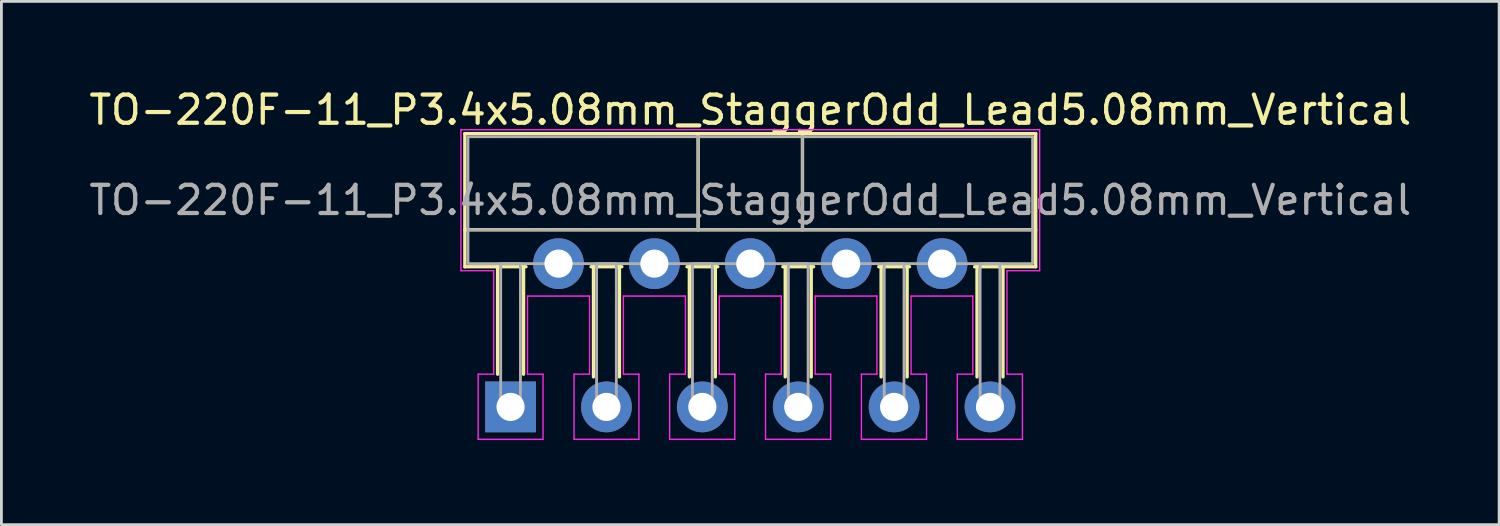
<source format=kicad_pcb>
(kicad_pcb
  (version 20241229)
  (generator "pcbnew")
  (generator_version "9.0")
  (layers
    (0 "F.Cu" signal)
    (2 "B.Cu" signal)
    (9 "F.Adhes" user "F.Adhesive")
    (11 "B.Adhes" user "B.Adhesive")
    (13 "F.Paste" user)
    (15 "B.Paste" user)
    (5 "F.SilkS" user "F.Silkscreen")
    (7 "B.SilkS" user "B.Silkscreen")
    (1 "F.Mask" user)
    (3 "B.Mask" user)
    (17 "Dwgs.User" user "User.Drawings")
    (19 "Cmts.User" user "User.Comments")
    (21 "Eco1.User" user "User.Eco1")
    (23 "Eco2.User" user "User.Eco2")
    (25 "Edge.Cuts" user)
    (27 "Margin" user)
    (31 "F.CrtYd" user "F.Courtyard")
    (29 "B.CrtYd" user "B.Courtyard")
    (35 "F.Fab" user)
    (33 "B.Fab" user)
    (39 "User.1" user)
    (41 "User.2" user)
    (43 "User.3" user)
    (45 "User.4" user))
  (footprint "TO-220F-11_P3.4x5.08mm_StaggerOdd_Lead5.08mm_Vertical"
    (layer "F.Cu")
    (at 15.054 11.378)
    (property "Reference" "TO-220F-11_P3.4x5.08mm_StaggerOdd_Lead5.08mm_Vertical" (at 8.5 -10.53 0) (layer "F.SilkS") (effects (font (size 1 1) (thickness 0.15))))
    (attr through_hole)
    (fp_line (start -1.62 -9.69) (end -1.62 -4.97) (stroke (width 0.12) (type solid)) (layer "F.SilkS"))
    (fp_line (start -1.62 -9.69) (end 18.62 -9.69) (stroke (width 0.12) (type solid)) (layer "F.SilkS"))
    (fp_line (start -1.62 -6.28) (end 18.62 -6.28) (stroke (width 0.12) (type solid)) (layer "F.SilkS"))
    (fp_line (start -1.62 -4.97) (end 0.545 -4.97) (stroke (width 0.12) (type solid)) (layer "F.SilkS"))
    (fp_line (start -0.46 -4.97) (end -0.46 -1.16) (stroke (width 0.12) (type solid)) (layer "F.SilkS"))
    (fp_line (start 0.46 -4.97) (end 0.46 -1.16) (stroke (width 0.12) (type solid)) (layer "F.SilkS"))
    (fp_line (start 2.855 -4.97) (end 3.945 -4.97) (stroke (width 0.12) (type solid)) (layer "F.SilkS"))
    (fp_line (start 2.94 -4.97) (end 2.94 -1.065) (stroke (width 0.12) (type solid)) (layer "F.SilkS"))
    (fp_line (start 3.86 -4.97) (end 3.86 -1.065) (stroke (width 0.12) (type solid)) (layer "F.SilkS"))
    (fp_line (start 6.255 -4.97) (end 7.345 -4.97) (stroke (width 0.12) (type solid)) (layer "F.SilkS"))
    (fp_line (start 6.34 -4.97) (end 6.34 -1.065) (stroke (width 0.12) (type solid)) (layer "F.SilkS"))
    (fp_line (start 6.65 -9.69) (end 6.65 -6.28) (stroke (width 0.12) (type solid)) (layer "F.SilkS"))
    (fp_line (start 7.26 -4.97) (end 7.26 -1.065) (stroke (width 0.12) (type solid)) (layer "F.SilkS"))
    (fp_line (start 9.655 -4.97) (end 10.745 -4.97) (stroke (width 0.12) (type solid)) (layer "F.SilkS"))
    (fp_line (start 9.74 -4.97) (end 9.74 -1.065) (stroke (width 0.12) (type solid)) (layer "F.SilkS"))
    (fp_line (start 10.35 -9.69) (end 10.35 -6.28) (stroke (width 0.12) (type solid)) (layer "F.SilkS"))
    (fp_line (start 10.66 -4.97) (end 10.66 -1.065) (stroke (width 0.12) (type solid)) (layer "F.SilkS"))
    (fp_line (start 13.055 -4.97) (end 14.145 -4.97) (stroke (width 0.12) (type solid)) (layer "F.SilkS"))
    (fp_line (start 13.14 -4.97) (end 13.14 -1.065) (stroke (width 0.12) (type solid)) (layer "F.SilkS"))
    (fp_line (start 14.06 -4.97) (end 14.06 -1.065) (stroke (width 0.12) (type solid)) (layer "F.SilkS"))
    (fp_line (start 16.455 -4.97) (end 18.62 -4.97) (stroke (width 0.12) (type solid)) (layer "F.SilkS"))
    (fp_line (start 16.54 -4.97) (end 16.54 -1.065) (stroke (width 0.12) (type solid)) (layer "F.SilkS"))
    (fp_line (start 17.46 -4.97) (end 17.46 -1.065) (stroke (width 0.12) (type solid)) (layer "F.SilkS"))
    (fp_line (start 18.62 -9.69) (end 18.62 -4.97) (stroke (width 0.12) (type solid)) (layer "F.SilkS"))
    (fp_line (start -1.76 -9.83) (end 18.76 -9.83) (stroke (width 0.05) (type solid)) (layer "F.CrtYd"))
    (fp_line (start -1.76 -4.83) (end -1.76 -9.83) (stroke (width 0.05) (type solid)) (layer "F.CrtYd"))
    (fp_line (start -1.15 -1.16) (end -0.6 -1.16) (stroke (width 0.05) (type solid)) (layer "F.CrtYd"))
    (fp_line (start -1.15 1.15) (end -1.15 -1.16) (stroke (width 0.05) (type solid)) (layer "F.CrtYd"))
    (fp_line (start -0.6 -4.83) (end -1.76 -4.83) (stroke (width 0.05) (type solid)) (layer "F.CrtYd"))
    (fp_line (start -0.6 -1.16) (end -0.6 -4.83) (stroke (width 0.05) (type solid)) (layer "F.CrtYd"))
    (fp_line (start 0.6 -3.93) (end 0.6 -1.16) (stroke (width 0.05) (type solid)) (layer "F.CrtYd"))
    (fp_line (start 0.6 -1.16) (end 1.15 -1.16) (stroke (width 0.05) (type solid)) (layer "F.CrtYd"))
    (fp_line (start 1.15 -1.16) (end 1.15 1.15) (stroke (width 0.05) (type solid)) (layer "F.CrtYd"))
    (fp_line (start 1.15 1.15) (end -1.15 1.15) (stroke (width 0.05) (type solid)) (layer "F.CrtYd"))
    (fp_line (start 2.25 -1.16) (end 2.8 -1.16) (stroke (width 0.05) (type solid)) (layer "F.CrtYd"))
    (fp_line (start 2.25 1.15) (end 2.25 -1.16) (stroke (width 0.05) (type solid)) (layer "F.CrtYd"))
    (fp_line (start 2.8 -3.93) (end 0.6 -3.93) (stroke (width 0.05) (type solid)) (layer "F.CrtYd"))
    (fp_line (start 2.8 -1.16) (end 2.8 -3.93) (stroke (width 0.05) (type solid)) (layer "F.CrtYd"))
    (fp_line (start 4 -3.93) (end 4 -1.16) (stroke (width 0.05) (type solid)) (layer "F.CrtYd"))
    (fp_line (start 4 -1.16) (end 4.55 -1.16) (stroke (width 0.05) (type solid)) (layer "F.CrtYd"))
    (fp_line (start 4.55 -1.16) (end 4.55 1.15) (stroke (width 0.05) (type solid)) (layer "F.CrtYd"))
    (fp_line (start 4.55 1.15) (end 2.25 1.15) (stroke (width 0.05) (type solid)) (layer "F.CrtYd"))
    (fp_line (start 5.64 -1.16) (end 6.2 -1.16) (stroke (width 0.05) (type solid)) (layer "F.CrtYd"))
    (fp_line (start 5.64 1.15) (end 5.64 -1.16) (stroke (width 0.05) (type solid)) (layer "F.CrtYd"))
    (fp_line (start 6.2 -3.93) (end 4 -3.93) (stroke (width 0.05) (type solid)) (layer "F.CrtYd"))
    (fp_line (start 6.2 -1.16) (end 6.2 -3.93) (stroke (width 0.05) (type solid)) (layer "F.CrtYd"))
    (fp_line (start 7.4 -3.93) (end 7.4 -1.16) (stroke (width 0.05) (type solid)) (layer "F.CrtYd"))
    (fp_line (start 7.4 -1.16) (end 7.95 -1.16) (stroke (width 0.05) (type solid)) (layer "F.CrtYd"))
    (fp_line (start 7.95 -1.16) (end 7.95 1.15) (stroke (width 0.05) (type solid)) (layer "F.CrtYd"))
    (fp_line (start 7.95 1.15) (end 5.64 1.15) (stroke (width 0.05) (type solid)) (layer "F.CrtYd"))
    (fp_line (start 9.04 -1.16) (end 9.6 -1.16) (stroke (width 0.05) (type solid)) (layer "F.CrtYd"))
    (fp_line (start 9.04 1.15) (end 9.04 -1.16) (stroke (width 0.05) (type solid)) (layer "F.CrtYd"))
    (fp_line (start 9.6 -3.93) (end 7.4 -3.93) (stroke (width 0.05) (type solid)) (layer "F.CrtYd"))
    (fp_line (start 9.6 -1.16) (end 9.6 -3.93) (stroke (width 0.05) (type solid)) (layer "F.CrtYd"))
    (fp_line (start 10.8 -3.93) (end 10.8 -1.16) (stroke (width 0.05) (type solid)) (layer "F.CrtYd"))
    (fp_line (start 10.8 -1.16) (end 11.35 -1.16) (stroke (width 0.05) (type solid)) (layer "F.CrtYd"))
    (fp_line (start 11.35 -1.16) (end 11.35 1.15) (stroke (width 0.05) (type solid)) (layer "F.CrtYd"))
    (fp_line (start 11.35 1.15) (end 9.04 1.15) (stroke (width 0.05) (type solid)) (layer "F.CrtYd"))
    (fp_line (start 12.44 -1.16) (end 12.99 -1.16) (stroke (width 0.05) (type solid)) (layer "F.CrtYd"))
    (fp_line (start 12.44 1.15) (end 12.44 -1.16) (stroke (width 0.05) (type solid)) (layer "F.CrtYd"))
    (fp_line (start 12.99 -3.93) (end 10.8 -3.93) (stroke (width 0.05) (type solid)) (layer "F.CrtYd"))
    (fp_line (start 12.99 -1.16) (end 12.99 -3.93) (stroke (width 0.05) (type solid)) (layer "F.CrtYd"))
    (fp_line (start 14.2 -3.93) (end 14.2 -1.16) (stroke (width 0.05) (type solid)) (layer "F.CrtYd"))
    (fp_line (start 14.2 -1.16) (end 14.75 -1.16) (stroke (width 0.05) (type solid)) (layer "F.CrtYd"))
    (fp_line (start 14.75 -1.16) (end 14.75 1.15) (stroke (width 0.05) (type solid)) (layer "F.CrtYd"))
    (fp_line (start 14.75 1.15) (end 12.44 1.15) (stroke (width 0.05) (type solid)) (layer "F.CrtYd"))
    (fp_line (start 15.84 -1.16) (end 16.39 -1.16) (stroke (width 0.05) (type solid)) (layer "F.CrtYd"))
    (fp_line (start 15.84 1.15) (end 15.84 -1.16) (stroke (width 0.05) (type solid)) (layer "F.CrtYd"))
    (fp_line (start 16.39 -3.93) (end 14.2 -3.93) (stroke (width 0.05) (type solid)) (layer "F.CrtYd"))
    (fp_line (start 16.39 -1.16) (end 16.39 -3.93) (stroke (width 0.05) (type solid)) (layer "F.CrtYd"))
    (fp_line (start 17.6 -4.83) (end 17.6 -1.16) (stroke (width 0.05) (type solid)) (layer "F.CrtYd"))
    (fp_line (start 17.6 -1.16) (end 18.15 -1.16) (stroke (width 0.05) (type solid)) (layer "F.CrtYd"))
    (fp_line (start 18.15 -1.16) (end 18.15 1.15) (stroke (width 0.05) (type solid)) (layer "F.CrtYd"))
    (fp_line (start 18.15 1.15) (end 15.84 1.15) (stroke (width 0.05) (type solid)) (layer "F.CrtYd"))
    (fp_line (start 18.76 -9.83) (end 18.76 -4.83) (stroke (width 0.05) (type solid)) (layer "F.CrtYd"))
    (fp_line (start 18.76 -4.83) (end 17.6 -4.83) (stroke (width 0.05) (type solid)) (layer "F.CrtYd"))
    (fp_line (start -1.51 -6.28) (end 18.51 -6.28) (stroke (width 0.1) (type solid)) (layer "F.Fab"))
    (fp_line (start 6.65 -9.58) (end 6.65 -6.28) (stroke (width 0.1) (type solid)) (layer "F.Fab"))
    (fp_line (start 10.35 -9.58) (end 10.35 -6.28) (stroke (width 0.1) (type solid)) (layer "F.Fab"))
    (fp_rect (start -1.51 -9.58) (end 18.51 -5.08) (stroke (width 0.1) (type solid)) (fill no) (layer "F.Fab"))
    (fp_rect (start -0.35 -5.08) (end 0.35 0) (stroke (width 0.1) (type solid)) (fill no) (layer "F.Fab"))
    (fp_rect (start 3.05 -5.08) (end 3.75 0) (stroke (width 0.1) (type solid)) (fill no) (layer "F.Fab"))
    (fp_rect (start 6.45 -5.08) (end 7.15 0) (stroke (width 0.1) (type solid)) (fill no) (layer "F.Fab"))
    (fp_rect (start 9.85 -5.08) (end 10.55 0) (stroke (width 0.1) (type solid)) (fill no) (layer "F.Fab"))
    (fp_rect (start 13.25 -5.08) (end 13.95 0) (stroke (width 0.1) (type solid)) (fill no) (layer "F.Fab"))
    (fp_rect (start 16.65 -5.08) (end 17.35 0) (stroke (width 0.1) (type solid)) (fill no) (layer "F.Fab"))
    (fp_text user "${REFERENCE}" (at 8.5 -7.33 0) (layer "F.Fab") (effects (font (size 1 1) (thickness 0.15))))
    (pad "1" thru_hole rect (at 0 0) (size 1.8 1.8) (drill 1) (layers "*.Cu" "*.Mask"))
    (pad "2" thru_hole circle (at 1.7 -5.08) (size 1.8 1.8) (drill 1) (layers "*.Cu" "*.Mask"))
    (pad "3" thru_hole circle (at 3.4 0) (size 1.8 1.8) (drill 1) (layers "*.Cu" "*.Mask"))
    (pad "4" thru_hole circle (at 5.1 -5.08) (size 1.8 1.8) (drill 1) (layers "*.Cu" "*.Mask"))
    (pad "5" thru_hole circle (at 6.8 0) (size 1.8 1.8) (drill 1) (layers "*.Cu" "*.Mask"))
    (pad "6" thru_hole circle (at 8.5 -5.08) (size 1.8 1.8) (drill 1) (layers "*.Cu" "*.Mask"))
    (pad "7" thru_hole circle (at 10.2 0) (size 1.8 1.8) (drill 1) (layers "*.Cu" "*.Mask"))
    (pad "8" thru_hole circle (at 11.9 -5.08) (size 1.8 1.8) (drill 1) (layers "*.Cu" "*.Mask"))
    (pad "9" thru_hole circle (at 13.6 0) (size 1.8 1.8) (drill 1) (layers "*.Cu" "*.Mask"))
    (pad "10" thru_hole circle (at 15.3 -5.08) (size 1.8 1.8) (drill 1) (layers "*.Cu" "*.Mask"))
    (pad "11" thru_hole circle (at 17 0) (size 1.8 1.8) (drill 1) (layers "*.Cu" "*.Mask")))
  (gr_rect
    (start -3 -3)
    (end 50.107 15.553)
    (stroke (width 0.1) (type default))
    (fill no)
    (layer "Edge.Cuts")))
</source>
